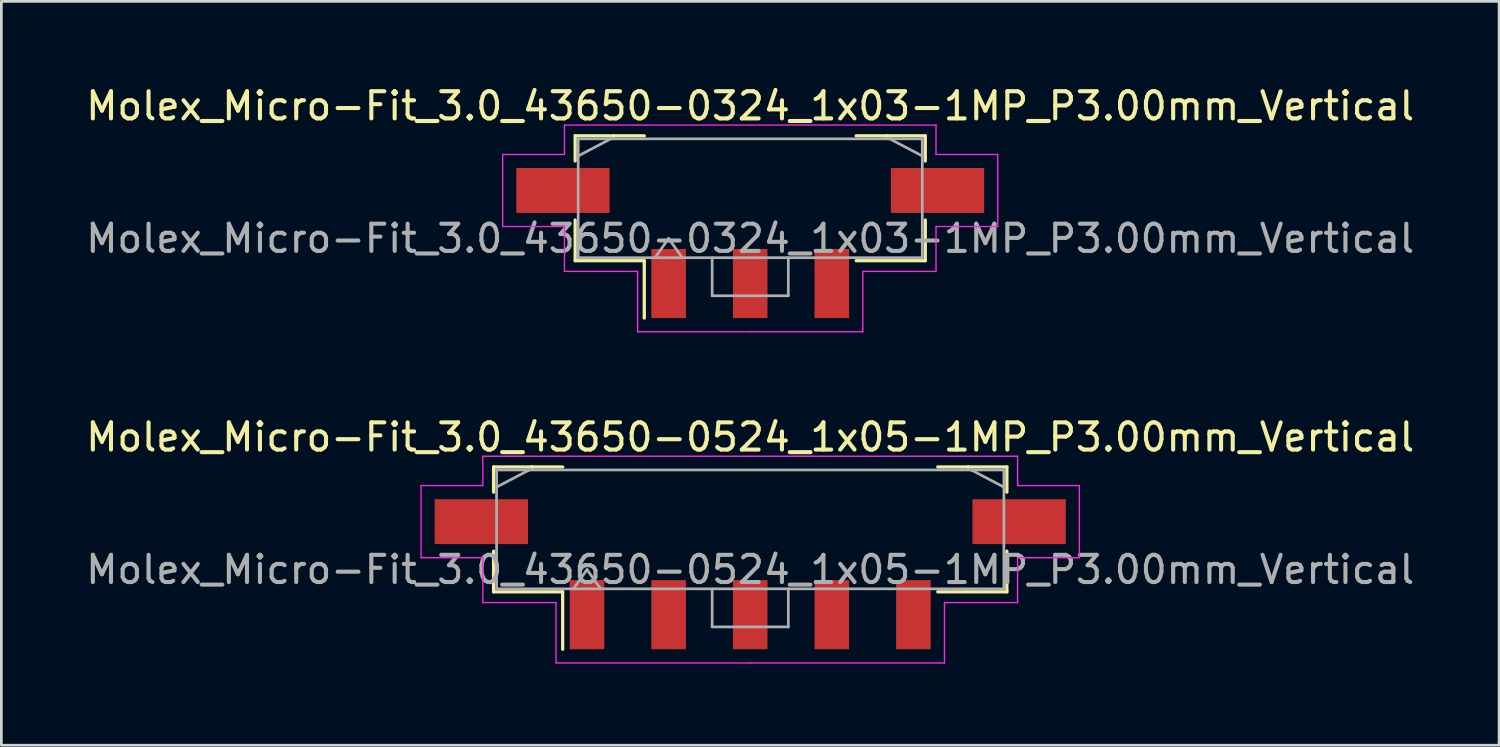
<source format=kicad_pcb>
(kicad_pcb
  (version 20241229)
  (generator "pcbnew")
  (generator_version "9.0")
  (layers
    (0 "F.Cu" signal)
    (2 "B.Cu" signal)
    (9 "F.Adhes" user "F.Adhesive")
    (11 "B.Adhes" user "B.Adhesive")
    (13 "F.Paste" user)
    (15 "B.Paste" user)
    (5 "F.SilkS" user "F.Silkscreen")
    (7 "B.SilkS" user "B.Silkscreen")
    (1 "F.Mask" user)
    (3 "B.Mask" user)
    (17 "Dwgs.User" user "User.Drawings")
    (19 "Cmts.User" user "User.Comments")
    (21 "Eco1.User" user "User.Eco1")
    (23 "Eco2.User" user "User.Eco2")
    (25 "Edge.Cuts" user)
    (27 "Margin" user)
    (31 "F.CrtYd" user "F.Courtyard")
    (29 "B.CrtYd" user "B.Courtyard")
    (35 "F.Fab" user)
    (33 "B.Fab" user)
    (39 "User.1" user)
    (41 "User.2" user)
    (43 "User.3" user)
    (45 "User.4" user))
  (footprint "Molex_Micro-Fit_3.0_43650-0524_1x05-1MP_P3.00mm_Vertical"
    (layer "F.Cu")
    (at 24.53 16.412)
    (property "Reference" "Molex_Micro-Fit_3.0_43650-0524_1x05-1MP_P3.00mm_Vertical" (at 0 -3.39 0) (layer "F.SilkS") (effects (font (size 1 1) (thickness 0.15))))
    (attr smd)
    (fp_line (start -9.435 -2.295) (end -8.015 -2.295) (stroke (width 0.12) (type solid)) (layer "F.SilkS"))
    (fp_line (start -9.435 -1.37) (end -9.435 -2.295) (stroke (width 0.12) (type solid)) (layer "F.SilkS"))
    (fp_line (start -9.435 0.8) (end -9.435 2.295) (stroke (width 0.12) (type solid)) (layer "F.SilkS"))
    (fp_line (start -9.435 2.295) (end -6.895 2.295) (stroke (width 0.12) (type solid)) (layer "F.SilkS"))
    (fp_line (start -8.015 -2.295) (end -8.015 -2.295) (stroke (width 0.12) (type solid)) (layer "F.SilkS"))
    (fp_line (start -8.015 -2.295) (end -6.895 -2.295) (stroke (width 0.12) (type solid)) (layer "F.SilkS"))
    (fp_line (start -6.895 2.295) (end -6.895 4.405) (stroke (width 0.12) (type solid)) (layer "F.SilkS"))
    (fp_line (start 8.015 -2.295) (end 6.895 -2.295) (stroke (width 0.12) (type solid)) (layer "F.SilkS"))
    (fp_line (start 8.015 -2.295) (end 8.015 -2.295) (stroke (width 0.12) (type solid)) (layer "F.SilkS"))
    (fp_line (start 9.435 -2.295) (end 8.015 -2.295) (stroke (width 0.12) (type solid)) (layer "F.SilkS"))
    (fp_line (start 9.435 -1.37) (end 9.435 -2.295) (stroke (width 0.12) (type solid)) (layer "F.SilkS"))
    (fp_line (start 9.435 0.8) (end 9.435 2.295) (stroke (width 0.12) (type solid)) (layer "F.SilkS"))
    (fp_line (start 9.435 2.295) (end 6.895 2.295) (stroke (width 0.12) (type solid)) (layer "F.SilkS"))
    (fp_line (start -12.1 -1.61) (end -12.1 1.04) (stroke (width 0.05) (type solid)) (layer "F.CrtYd"))
    (fp_line (start -12.1 1.04) (end -9.83 1.04) (stroke (width 0.05) (type solid)) (layer "F.CrtYd"))
    (fp_line (start -9.83 -2.69) (end -9.83 -1.61) (stroke (width 0.05) (type solid)) (layer "F.CrtYd"))
    (fp_line (start -9.83 -1.61) (end -12.1 -1.61) (stroke (width 0.05) (type solid)) (layer "F.CrtYd"))
    (fp_line (start -9.83 1.04) (end -9.83 2.69) (stroke (width 0.05) (type solid)) (layer "F.CrtYd"))
    (fp_line (start -9.83 2.69) (end -7.14 2.69) (stroke (width 0.05) (type solid)) (layer "F.CrtYd"))
    (fp_line (start -7.14 -2.69) (end -9.83 -2.69) (stroke (width 0.05) (type solid)) (layer "F.CrtYd"))
    (fp_line (start -7.14 2.69) (end -7.14 4.91) (stroke (width 0.05) (type solid)) (layer "F.CrtYd"))
    (fp_line (start -7.14 4.91) (end 0 4.91) (stroke (width 0.05) (type solid)) (layer "F.CrtYd"))
    (fp_line (start 0 -2.69) (end -7.14 -2.69) (stroke (width 0.05) (type solid)) (layer "F.CrtYd"))
    (fp_line (start 0 -2.69) (end 7.14 -2.69) (stroke (width 0.05) (type solid)) (layer "F.CrtYd"))
    (fp_line (start 7.14 -2.69) (end 9.83 -2.69) (stroke (width 0.05) (type solid)) (layer "F.CrtYd"))
    (fp_line (start 7.14 2.69) (end 7.14 4.91) (stroke (width 0.05) (type solid)) (layer "F.CrtYd"))
    (fp_line (start 7.14 4.91) (end 0 4.91) (stroke (width 0.05) (type solid)) (layer "F.CrtYd"))
    (fp_line (start 9.83 -2.69) (end 9.83 -1.61) (stroke (width 0.05) (type solid)) (layer "F.CrtYd"))
    (fp_line (start 9.83 -1.61) (end 12.1 -1.61) (stroke (width 0.05) (type solid)) (layer "F.CrtYd"))
    (fp_line (start 9.83 1.04) (end 9.83 2.69) (stroke (width 0.05) (type solid)) (layer "F.CrtYd"))
    (fp_line (start 9.83 2.69) (end 7.14 2.69) (stroke (width 0.05) (type solid)) (layer "F.CrtYd"))
    (fp_line (start 12.1 -1.61) (end 12.1 1.04) (stroke (width 0.05) (type solid)) (layer "F.CrtYd"))
    (fp_line (start 12.1 1.04) (end 9.83 1.04) (stroke (width 0.05) (type solid)) (layer "F.CrtYd"))
    (fp_line (start -9.325 -2.185) (end -9.325 2.185) (stroke (width 0.1) (type solid)) (layer "F.Fab"))
    (fp_line (start -9.325 -1.555) (end -8.125 -2.185) (stroke (width 0.1) (type solid)) (layer "F.Fab"))
    (fp_line (start -9.325 2.185) (end 9.325 2.185) (stroke (width 0.1) (type solid)) (layer "F.Fab"))
    (fp_line (start -8.125 -2.185) (end -9.325 -2.185) (stroke (width 0.1) (type solid)) (layer "F.Fab"))
    (fp_line (start -8.125 -2.185) (end -8.125 -2.185) (stroke (width 0.1) (type solid)) (layer "F.Fab"))
    (fp_line (start -6.5 2.185) (end -6 1.478) (stroke (width 0.1) (type solid)) (layer "F.Fab"))
    (fp_line (start -6 1.478) (end -5.5 2.185) (stroke (width 0.1) (type solid)) (layer "F.Fab"))
    (fp_line (start -1.4 2.185) (end -1.4 3.585) (stroke (width 0.1) (type solid)) (layer "F.Fab"))
    (fp_line (start -1.4 3.585) (end 1.4 3.585) (stroke (width 0.1) (type solid)) (layer "F.Fab"))
    (fp_line (start 1.4 3.585) (end 1.4 2.185) (stroke (width 0.1) (type solid)) (layer "F.Fab"))
    (fp_line (start 8.125 -2.185) (end -8.125 -2.185) (stroke (width 0.1) (type solid)) (layer "F.Fab"))
    (fp_line (start 8.125 -2.185) (end 8.125 -2.185) (stroke (width 0.1) (type solid)) (layer "F.Fab"))
    (fp_line (start 9.325 -2.185) (end 8.125 -2.185) (stroke (width 0.1) (type solid)) (layer "F.Fab"))
    (fp_line (start 9.325 -1.555) (end 8.125 -2.185) (stroke (width 0.1) (type solid)) (layer "F.Fab"))
    (fp_line (start 9.325 2.185) (end 9.325 -2.185) (stroke (width 0.1) (type solid)) (layer "F.Fab"))
    (fp_text user "${REFERENCE}" (at 0 1.48 0) (layer "F.Fab") (effects (font (size 1 1) (thickness 0.15))))
    (pad "1" smd rect (at -6 3.135) (size 1.27 2.54) (layers "F.Cu" "F.Mask" "F.Paste"))
    (pad "2" smd rect (at -3 3.135) (size 1.27 2.54) (layers "F.Cu" "F.Mask" "F.Paste"))
    (pad "3" smd rect (at 0 3.135) (size 1.27 2.54) (layers "F.Cu" "F.Mask" "F.Paste"))
    (pad "4" smd rect (at 3 3.135) (size 1.27 2.54) (layers "F.Cu" "F.Mask" "F.Paste"))
    (pad "5" smd rect (at 6 3.135) (size 1.27 2.54) (layers "F.Cu" "F.Mask" "F.Paste"))
    (pad "MP" smd rect (at -9.885 -0.285) (size 3.43 1.65) (layers "F.Cu" "F.Mask" "F.Paste"))
    (pad "MP" smd rect (at 9.885 -0.285) (size 3.43 1.65) (layers "F.Cu" "F.Mask" "F.Paste")))
  (footprint "Molex_Micro-Fit_3.0_43650-0324_1x03-1MP_P3.00mm_Vertical"
    (layer "F.Cu")
    (at 24.53 4.238)
    (property "Reference" "Molex_Micro-Fit_3.0_43650-0324_1x03-1MP_P3.00mm_Vertical" (at 0 -3.39 0) (layer "F.SilkS") (effects (font (size 1 1) (thickness 0.15))))
    (attr smd)
    (fp_line (start -6.435 -2.295) (end -5.015 -2.295) (stroke (width 0.12) (type solid)) (layer "F.SilkS"))
    (fp_line (start -6.435 -1.37) (end -6.435 -2.295) (stroke (width 0.12) (type solid)) (layer "F.SilkS"))
    (fp_line (start -6.435 0.8) (end -6.435 2.295) (stroke (width 0.12) (type solid)) (layer "F.SilkS"))
    (fp_line (start -6.435 2.295) (end -3.895 2.295) (stroke (width 0.12) (type solid)) (layer "F.SilkS"))
    (fp_line (start -5.015 -2.295) (end -5.015 -2.295) (stroke (width 0.12) (type solid)) (layer "F.SilkS"))
    (fp_line (start -5.015 -2.295) (end -3.895 -2.295) (stroke (width 0.12) (type solid)) (layer "F.SilkS"))
    (fp_line (start -3.895 2.295) (end -3.895 4.405) (stroke (width 0.12) (type solid)) (layer "F.SilkS"))
    (fp_line (start 5.015 -2.295) (end 3.895 -2.295) (stroke (width 0.12) (type solid)) (layer "F.SilkS"))
    (fp_line (start 5.015 -2.295) (end 5.015 -2.295) (stroke (width 0.12) (type solid)) (layer "F.SilkS"))
    (fp_line (start 6.435 -2.295) (end 5.015 -2.295) (stroke (width 0.12) (type solid)) (layer "F.SilkS"))
    (fp_line (start 6.435 -1.37) (end 6.435 -2.295) (stroke (width 0.12) (type solid)) (layer "F.SilkS"))
    (fp_line (start 6.435 0.8) (end 6.435 2.295) (stroke (width 0.12) (type solid)) (layer "F.SilkS"))
    (fp_line (start 6.435 2.295) (end 3.895 2.295) (stroke (width 0.12) (type solid)) (layer "F.SilkS"))
    (fp_line (start -9.1 -1.61) (end -9.1 1.04) (stroke (width 0.05) (type solid)) (layer "F.CrtYd"))
    (fp_line (start -9.1 1.04) (end -6.83 1.04) (stroke (width 0.05) (type solid)) (layer "F.CrtYd"))
    (fp_line (start -6.83 -2.69) (end -6.83 -1.61) (stroke (width 0.05) (type solid)) (layer "F.CrtYd"))
    (fp_line (start -6.83 -1.61) (end -9.1 -1.61) (stroke (width 0.05) (type solid)) (layer "F.CrtYd"))
    (fp_line (start -6.83 1.04) (end -6.83 2.69) (stroke (width 0.05) (type solid)) (layer "F.CrtYd"))
    (fp_line (start -6.83 2.69) (end -4.14 2.69) (stroke (width 0.05) (type solid)) (layer "F.CrtYd"))
    (fp_line (start -4.14 -2.69) (end -6.83 -2.69) (stroke (width 0.05) (type solid)) (layer "F.CrtYd"))
    (fp_line (start -4.14 2.69) (end -4.14 4.91) (stroke (width 0.05) (type solid)) (layer "F.CrtYd"))
    (fp_line (start -4.14 4.91) (end 0 4.91) (stroke (width 0.05) (type solid)) (layer "F.CrtYd"))
    (fp_line (start 0 -2.69) (end -4.14 -2.69) (stroke (width 0.05) (type solid)) (layer "F.CrtYd"))
    (fp_line (start 0 -2.69) (end 4.14 -2.69) (stroke (width 0.05) (type solid)) (layer "F.CrtYd"))
    (fp_line (start 4.14 -2.69) (end 6.83 -2.69) (stroke (width 0.05) (type solid)) (layer "F.CrtYd"))
    (fp_line (start 4.14 2.69) (end 4.14 4.91) (stroke (width 0.05) (type solid)) (layer "F.CrtYd"))
    (fp_line (start 4.14 4.91) (end 0 4.91) (stroke (width 0.05) (type solid)) (layer "F.CrtYd"))
    (fp_line (start 6.83 -2.69) (end 6.83 -1.61) (stroke (width 0.05) (type solid)) (layer "F.CrtYd"))
    (fp_line (start 6.83 -1.61) (end 9.1 -1.61) (stroke (width 0.05) (type solid)) (layer "F.CrtYd"))
    (fp_line (start 6.83 1.04) (end 6.83 2.69) (stroke (width 0.05) (type solid)) (layer "F.CrtYd"))
    (fp_line (start 6.83 2.69) (end 4.14 2.69) (stroke (width 0.05) (type solid)) (layer "F.CrtYd"))
    (fp_line (start 9.1 -1.61) (end 9.1 1.04) (stroke (width 0.05) (type solid)) (layer "F.CrtYd"))
    (fp_line (start 9.1 1.04) (end 6.83 1.04) (stroke (width 0.05) (type solid)) (layer "F.CrtYd"))
    (fp_line (start -6.325 -2.185) (end -6.325 2.185) (stroke (width 0.1) (type solid)) (layer "F.Fab"))
    (fp_line (start -6.325 -1.555) (end -5.125 -2.185) (stroke (width 0.1) (type solid)) (layer "F.Fab"))
    (fp_line (start -6.325 2.185) (end 6.325 2.185) (stroke (width 0.1) (type solid)) (layer "F.Fab"))
    (fp_line (start -5.125 -2.185) (end -6.325 -2.185) (stroke (width 0.1) (type solid)) (layer "F.Fab"))
    (fp_line (start -5.125 -2.185) (end -5.125 -2.185) (stroke (width 0.1) (type solid)) (layer "F.Fab"))
    (fp_line (start -3.5 2.185) (end -3 1.478) (stroke (width 0.1) (type solid)) (layer "F.Fab"))
    (fp_line (start -3 1.478) (end -2.5 2.185) (stroke (width 0.1) (type solid)) (layer "F.Fab"))
    (fp_line (start -1.4 2.185) (end -1.4 3.585) (stroke (width 0.1) (type solid)) (layer "F.Fab"))
    (fp_line (start -1.4 3.585) (end 1.4 3.585) (stroke (width 0.1) (type solid)) (layer "F.Fab"))
    (fp_line (start 1.4 3.585) (end 1.4 2.185) (stroke (width 0.1) (type solid)) (layer "F.Fab"))
    (fp_line (start 5.125 -2.185) (end -5.125 -2.185) (stroke (width 0.1) (type solid)) (layer "F.Fab"))
    (fp_line (start 5.125 -2.185) (end 5.125 -2.185) (stroke (width 0.1) (type solid)) (layer "F.Fab"))
    (fp_line (start 6.325 -2.185) (end 5.125 -2.185) (stroke (width 0.1) (type solid)) (layer "F.Fab"))
    (fp_line (start 6.325 -1.555) (end 5.125 -2.185) (stroke (width 0.1) (type solid)) (layer "F.Fab"))
    (fp_line (start 6.325 2.185) (end 6.325 -2.185) (stroke (width 0.1) (type solid)) (layer "F.Fab"))
    (fp_text user "${REFERENCE}" (at 0 1.48 0) (layer "F.Fab") (effects (font (size 1 1) (thickness 0.15))))
    (pad "1" smd rect (at -3 3.135) (size 1.27 2.54) (layers "F.Cu" "F.Mask" "F.Paste"))
    (pad "2" smd rect (at 0 3.135) (size 1.27 2.54) (layers "F.Cu" "F.Mask" "F.Paste"))
    (pad "3" smd rect (at 3 3.135) (size 1.27 2.54) (layers "F.Cu" "F.Mask" "F.Paste"))
    (pad "MP" smd rect (at -6.885 -0.285) (size 3.43 1.65) (layers "F.Cu" "F.Mask" "F.Paste"))
    (pad "MP" smd rect (at 6.885 -0.285) (size 3.43 1.65) (layers "F.Cu" "F.Mask" "F.Paste")))
  (gr_rect
    (start -3 -3)
    (end 52.06 24.346)
    (stroke (width 0.1) (type default))
    (fill no)
    (layer "Edge.Cuts")))
</source>
